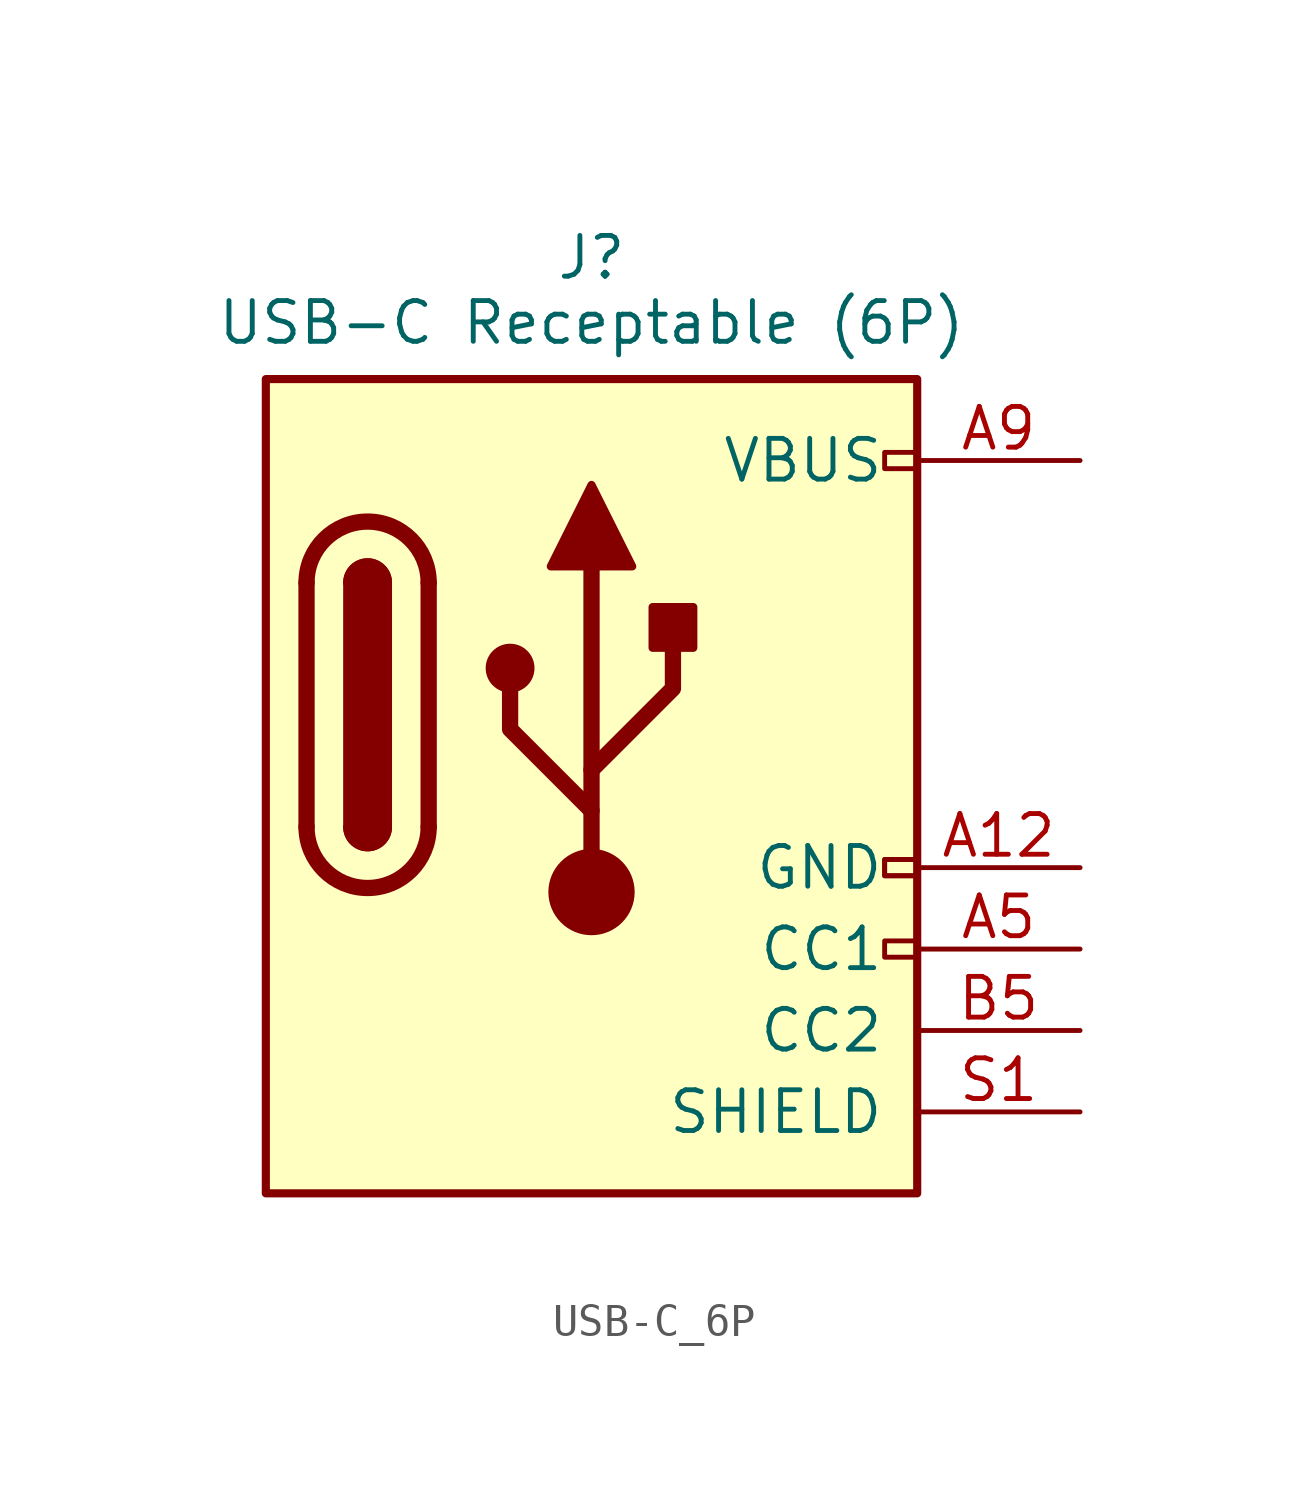
<source format=kicad_sym>
(kicad_symbol_lib
  (version 20241209)
  (generator "kicad_symbol_editor")
  (generator_version "9.0")
  (symbol "USB-C_6P"
    (pin_names
      (offset 1.016))
    (property "Reference" "J"
      (at 0 15.748 0)
      (effects (font (size 1.27 1.27)) (justify bottom)))
    (property "Value" "USB-C Receptable (6P)"
      (at 0 13.716 0)
      (effects (font (size 1.27 1.27)) (justify bottom)))
    (symbol "USB-C_6P_0_0"
      (rectangle (start 9.144 -4.826) (end 10.16 -5.334) (stroke (width 0) (type default)) (fill (type none)))
      (rectangle (start 10.16 10.414) (end 9.144 9.906) (stroke (width 0) (type default)) (fill (type none)))
      (rectangle (start 10.16 -2.286) (end 9.144 -2.794) (stroke (width 0) (type default)) (fill (type none)))
      (rectangle (start 10.16 -2.794) (end 9.144 -2.286) (stroke (width 0) (type default)) (fill (type none))))
    (symbol "USB-C_6P_0_1"
      (rectangle (start -10.16 12.7) (end 10.16 -12.7) (stroke (width 0.254) (type default)) (fill (type background)))
      (polyline (pts (xy -8.89 -1.27) (xy -8.89 6.35)) (stroke (width 0.508) (type default)) (fill (type none)))
      (rectangle (start -7.62 -1.27) (end -6.35 6.35) (stroke (width 0.254) (type default)) (fill (type outline)))
      (arc (start -7.62 6.35) (mid -6.985 6.9823) (end -6.35 6.35) (stroke (width 0.254) (type default)) (fill (type none)))
      (arc (start -7.62 6.35) (mid -6.985 6.9823) (end -6.35 6.35) (stroke (width 0.254) (type default)) (fill (type outline)))
      (arc (start -8.89 6.35) (mid -6.985 8.2467) (end -5.08 6.35) (stroke (width 0.508) (type default)) (fill (type none)))
      (arc (start -5.08 -1.27) (mid -6.985 -3.1667) (end -8.89 -1.27) (stroke (width 0.508) (type default)) (fill (type none)))
      (arc (start -6.35 -1.27) (mid -6.985 -1.9023) (end -7.62 -1.27) (stroke (width 0.254) (type default)) (fill (type none)))
      (arc (start -6.35 -1.27) (mid -6.985 -1.9023) (end -7.62 -1.27) (stroke (width 0.254) (type default)) (fill (type outline)))
      (polyline (pts (xy -5.08 6.35) (xy -5.08 -1.27)) (stroke (width 0.508) (type default)) (fill (type none)))
      (circle (center -2.54 3.683) (radius 0.635) (stroke (width 0.254) (type default)) (fill (type outline)))
      (polyline (pts (xy -1.27 6.858) (xy 0 9.398) (xy 1.27 6.858) (xy -1.27 6.858)) (stroke (width 0.254) (type default)) (fill (type outline)))
      (polyline (pts (xy 0 0.508) (xy 2.54 3.048) (xy 2.54 4.318)) (stroke (width 0.508) (type default)) (fill (type none)))
      (polyline (pts (xy 0 -0.762) (xy -2.54 1.778) (xy -2.54 3.048)) (stroke (width 0.508) (type default)) (fill (type none)))
      (polyline (pts (xy 0 -3.302) (xy 0 6.858)) (stroke (width 0.508) (type default)) (fill (type none)))
      (circle (center 0 -3.302) (radius 1.27) (stroke (width 0) (type default)) (fill (type outline)))
      (rectangle (start 1.905 4.318) (end 3.175 5.588) (stroke (width 0.254) (type default)) (fill (type outline))))
    (symbol "USB-C_6P_1_1"
      (pin passive line (at 15.24 10.16 180) (length 5.08) (name "VBUS" (effects (font (size 1.27 1.27)))) (number "A9" (effects (font (size 1.27 1.27)))))
      (pin passive line (at 15.24 10.16 180) (length 5.08) (hide yes) (name "VBUS" (effects (font (size 1.27 1.27)))) (number "B9" (effects (font (size 1.27 1.27)))))
      (pin passive line (at 15.24 -2.54 180) (length 5.08) (name "GND" (effects (font (size 1.27 1.27)))) (number "A12" (effects (font (size 1.27 1.27)))))
      (pin passive line (at 15.24 -2.54 180) (length 5.08) (hide yes) (name "GND" (effects (font (size 1.27 1.27)))) (number "B12" (effects (font (size 1.27 1.27)))))
      (pin passive line (at 15.24 -5.08 180) (length 5.08) (name "CC1" (effects (font (size 1.27 1.27)))) (number "A5" (effects (font (size 1.27 1.27)))))
      (pin passive line (at 15.24 -7.62 180) (length 5.08) (name "CC2" (effects (font (size 1.27 1.27)))) (number "B5" (effects (font (size 1.27 1.27)))))
      (pin passive line (at 15.24 -10.16 180) (length 5.08) (name "SHIELD" (effects (font (size 1.27 1.27)))) (number "S1" (effects (font (size 1.27 1.27))))))))
</source>
